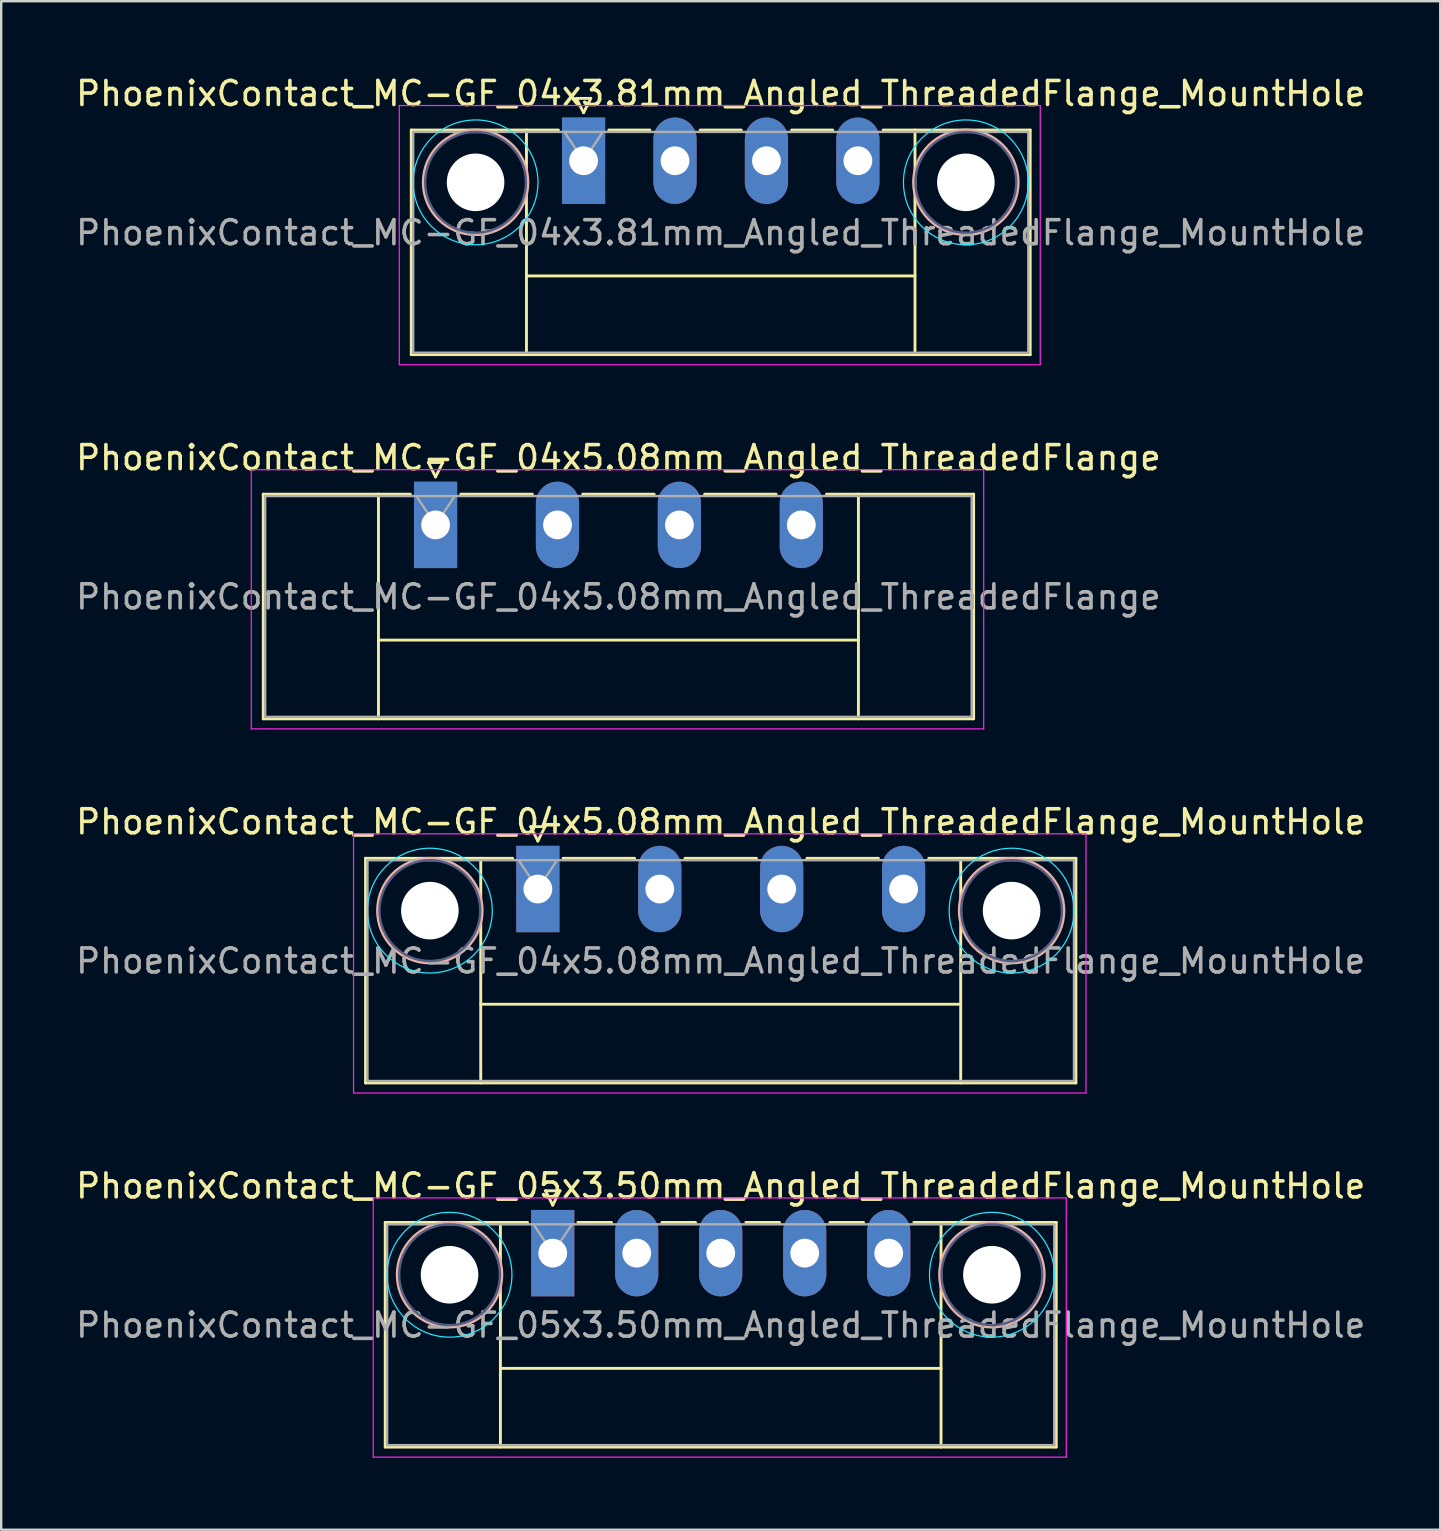
<source format=kicad_pcb>
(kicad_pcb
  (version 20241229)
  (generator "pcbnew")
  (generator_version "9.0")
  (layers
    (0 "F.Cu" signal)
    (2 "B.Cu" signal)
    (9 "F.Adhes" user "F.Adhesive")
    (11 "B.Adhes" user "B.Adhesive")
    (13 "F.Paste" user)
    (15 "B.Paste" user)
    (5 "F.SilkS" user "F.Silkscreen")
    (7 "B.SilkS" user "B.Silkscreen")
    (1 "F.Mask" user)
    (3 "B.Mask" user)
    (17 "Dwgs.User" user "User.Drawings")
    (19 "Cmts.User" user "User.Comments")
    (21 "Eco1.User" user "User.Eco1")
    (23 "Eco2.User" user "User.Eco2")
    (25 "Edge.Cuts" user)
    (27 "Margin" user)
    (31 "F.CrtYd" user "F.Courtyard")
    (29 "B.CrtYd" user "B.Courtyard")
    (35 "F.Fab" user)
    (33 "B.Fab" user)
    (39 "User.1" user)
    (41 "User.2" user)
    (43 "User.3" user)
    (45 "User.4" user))
  (footprint "PhoenixContact_MC-GF_04x5.08mm_Angled_ThreadedFlange"
    (layer "F.Cu")
    (at 15.1 18.822)
    (property "Reference" "PhoenixContact_MC-GF_04x5.08mm_Angled_ThreadedFlange" (at 7.62 -2.8 0) (layer "F.SilkS") (effects (font (size 1 1) (thickness 0.15))))
    (attr through_hole)
    (fp_line (start -7.18 -1.28) (end -7.18 8.08) (stroke (width 0.12) (type solid)) (layer "F.SilkS"))
    (fp_line (start -7.18 -1.28) (end -1.05 -1.28) (stroke (width 0.12) (type solid)) (layer "F.SilkS"))
    (fp_line (start -7.18 8.08) (end 22.42 8.08) (stroke (width 0.12) (type solid)) (layer "F.SilkS"))
    (fp_line (start -2.38 -1.28) (end -2.38 8.08) (stroke (width 0.12) (type solid)) (layer "F.SilkS"))
    (fp_line (start -2.38 4.8) (end 17.62 4.8) (stroke (width 0.12) (type solid)) (layer "F.SilkS"))
    (fp_line (start -0.3 -2.6) (end 0.3 -2.6) (stroke (width 0.12) (type solid)) (layer "F.SilkS"))
    (fp_line (start 0 -2) (end -0.3 -2.6) (stroke (width 0.12) (type solid)) (layer "F.SilkS"))
    (fp_line (start 0.3 -2.6) (end 0 -2) (stroke (width 0.12) (type solid)) (layer "F.SilkS"))
    (fp_line (start 1.05 -1.28) (end 4.03 -1.28) (stroke (width 0.12) (type solid)) (layer "F.SilkS"))
    (fp_line (start 6.13 -1.28) (end 9.11 -1.28) (stroke (width 0.12) (type solid)) (layer "F.SilkS"))
    (fp_line (start 11.21 -1.28) (end 14.19 -1.28) (stroke (width 0.12) (type solid)) (layer "F.SilkS"))
    (fp_line (start 17.62 -1.28) (end 17.62 8.08) (stroke (width 0.12) (type solid)) (layer "F.SilkS"))
    (fp_line (start 22.42 -1.28) (end 16.29 -1.28) (stroke (width 0.12) (type solid)) (layer "F.SilkS"))
    (fp_line (start 22.42 8.08) (end 22.42 -1.28) (stroke (width 0.12) (type solid)) (layer "F.SilkS"))
    (fp_line (start -7.68 -2.3) (end -7.68 8.5) (stroke (width 0.05) (type solid)) (layer "F.CrtYd"))
    (fp_line (start -7.68 8.5) (end 22.84 8.5) (stroke (width 0.05) (type solid)) (layer "F.CrtYd"))
    (fp_line (start 22.84 -2.3) (end -7.68 -2.3) (stroke (width 0.05) (type solid)) (layer "F.CrtYd"))
    (fp_line (start 22.84 8.5) (end 22.84 -2.3) (stroke (width 0.05) (type solid)) (layer "F.CrtYd"))
    (fp_line (start -7.1 -1.2) (end -7.1 8) (stroke (width 0.1) (type solid)) (layer "F.Fab"))
    (fp_line (start -7.1 8) (end 22.34 8) (stroke (width 0.1) (type solid)) (layer "F.Fab"))
    (fp_line (start 0 0) (end -0.8 -1.2) (stroke (width 0.1) (type solid)) (layer "F.Fab"))
    (fp_line (start 0.8 -1.2) (end 0 0) (stroke (width 0.1) (type solid)) (layer "F.Fab"))
    (fp_line (start 22.34 -1.2) (end -7.1 -1.2) (stroke (width 0.1) (type solid)) (layer "F.Fab"))
    (fp_line (start 22.34 8) (end 22.34 -1.2) (stroke (width 0.1) (type solid)) (layer "F.Fab"))
    (fp_text user "${REFERENCE}" (at 7.62 3 0) (layer "F.Fab") (effects (font (size 1 1) (thickness 0.15))))
    (pad "1" thru_hole rect (at 0 0) (size 1.8 3.6) (drill 1.2) (layers "*.Cu" "*.Mask"))
    (pad "2" thru_hole oval (at 5.08 0) (size 1.8 3.6) (drill 1.2) (layers "*.Cu" "*.Mask"))
    (pad "3" thru_hole oval (at 10.16 0) (size 1.8 3.6) (drill 1.2) (layers "*.Cu" "*.Mask"))
    (pad "4" thru_hole oval (at 15.24 0) (size 1.8 3.6) (drill 1.2) (layers "*.Cu" "*.Mask")))
  (footprint "PhoenixContact_MC-GF_04x3.81mm_Angled_ThreadedFlange_MountHole"
    (layer "F.Cu")
    (at 21.267 3.648)
    (property "Reference" "PhoenixContact_MC-GF_04x3.81mm_Angled_ThreadedFlange_MountHole" (at 5.715 -2.8 0) (layer "F.SilkS") (effects (font (size 1 1) (thickness 0.15))))
    (attr through_hole)
    (fp_line (start -7.18 -1.28) (end -7.18 8.08) (stroke (width 0.12) (type solid)) (layer "F.SilkS"))
    (fp_line (start -7.18 -1.28) (end -1.05 -1.28) (stroke (width 0.12) (type solid)) (layer "F.SilkS"))
    (fp_line (start -7.18 8.08) (end 18.61 8.08) (stroke (width 0.12) (type solid)) (layer "F.SilkS"))
    (fp_line (start -2.38 -1.28) (end -2.38 8.08) (stroke (width 0.12) (type solid)) (layer "F.SilkS"))
    (fp_line (start -2.38 4.8) (end 13.81 4.8) (stroke (width 0.12) (type solid)) (layer "F.SilkS"))
    (fp_line (start -0.3 -2.6) (end 0.3 -2.6) (stroke (width 0.12) (type solid)) (layer "F.SilkS"))
    (fp_line (start 0 -2) (end -0.3 -2.6) (stroke (width 0.12) (type solid)) (layer "F.SilkS"))
    (fp_line (start 0.3 -2.6) (end 0 -2) (stroke (width 0.12) (type solid)) (layer "F.SilkS"))
    (fp_line (start 1.05 -1.28) (end 2.76 -1.28) (stroke (width 0.12) (type solid)) (layer "F.SilkS"))
    (fp_line (start 4.86 -1.28) (end 6.57 -1.28) (stroke (width 0.12) (type solid)) (layer "F.SilkS"))
    (fp_line (start 8.67 -1.28) (end 10.38 -1.28) (stroke (width 0.12) (type solid)) (layer "F.SilkS"))
    (fp_line (start 13.81 -1.28) (end 13.81 8.08) (stroke (width 0.12) (type solid)) (layer "F.SilkS"))
    (fp_line (start 18.61 -1.28) (end 12.48 -1.28) (stroke (width 0.12) (type solid)) (layer "F.SilkS"))
    (fp_line (start 18.61 8.08) (end 18.61 -1.28) (stroke (width 0.12) (type solid)) (layer "F.SilkS"))
    (fp_circle (center -4.5 0.9) (end -2.32 0.9) (stroke (width 0.12) (type solid)) (fill no) (layer "B.SilkS"))
    (fp_circle (center 15.93 0.9) (end 18.11 0.9) (stroke (width 0.12) (type solid)) (fill no) (layer "B.SilkS"))
    (fp_circle (center -4.5 0.9) (end -1.9 0.9) (stroke (width 0.05) (type solid)) (fill no) (layer "B.CrtYd"))
    (fp_circle (center 15.93 0.9) (end 18.53 0.9) (stroke (width 0.05) (type solid)) (fill no) (layer "B.CrtYd"))
    (fp_line (start -7.68 -2.3) (end -7.68 8.5) (stroke (width 0.05) (type solid)) (layer "F.CrtYd"))
    (fp_line (start -7.68 8.5) (end 19.03 8.5) (stroke (width 0.05) (type solid)) (layer "F.CrtYd"))
    (fp_line (start 19.03 -2.3) (end -7.68 -2.3) (stroke (width 0.05) (type solid)) (layer "F.CrtYd"))
    (fp_line (start 19.03 8.5) (end 19.03 -2.3) (stroke (width 0.05) (type solid)) (layer "F.CrtYd"))
    (fp_circle (center -4.5 0.9) (end -2.4 0.9) (stroke (width 0.1) (type solid)) (fill no) (layer "B.Fab"))
    (fp_circle (center 15.93 0.9) (end 18.03 0.9) (stroke (width 0.1) (type solid)) (fill no) (layer "B.Fab"))
    (fp_line (start -7.1 -1.2) (end -7.1 8) (stroke (width 0.1) (type solid)) (layer "F.Fab"))
    (fp_line (start -7.1 8) (end 18.53 8) (stroke (width 0.1) (type solid)) (layer "F.Fab"))
    (fp_line (start 0 0) (end -0.8 -1.2) (stroke (width 0.1) (type solid)) (layer "F.Fab"))
    (fp_line (start 0.8 -1.2) (end 0 0) (stroke (width 0.1) (type solid)) (layer "F.Fab"))
    (fp_line (start 18.53 -1.2) (end -7.1 -1.2) (stroke (width 0.1) (type solid)) (layer "F.Fab"))
    (fp_line (start 18.53 8) (end 18.53 -1.2) (stroke (width 0.1) (type solid)) (layer "F.Fab"))
    (fp_text user "${REFERENCE}" (at 5.715 3 0) (layer "F.Fab") (effects (font (size 1 1) (thickness 0.15))))
    (pad "" np_thru_hole circle (at -4.5 0.9) (size 2.4 2.4) (drill 2.4) (layers "*.Cu" "*.Mask"))
    (pad "" np_thru_hole circle (at 15.93 0.9) (size 2.4 2.4) (drill 2.4) (layers "*.Cu" "*.Mask"))
    (pad "1" thru_hole rect (at 0 0) (size 1.8 3.6) (drill 1.2) (layers "*.Cu" "*.Mask"))
    (pad "2" thru_hole oval (at 3.81 0) (size 1.8 3.6) (drill 1.2) (layers "*.Cu" "*.Mask"))
    (pad "3" thru_hole oval (at 7.62 0) (size 1.8 3.6) (drill 1.2) (layers "*.Cu" "*.Mask"))
    (pad "4" thru_hole oval (at 11.43 0) (size 1.8 3.6) (drill 1.2) (layers "*.Cu" "*.Mask")))
  (footprint "PhoenixContact_MC-GF_04x5.08mm_Angled_ThreadedFlange_MountHole"
    (layer "F.Cu")
    (at 19.362 33.995)
    (property "Reference" "PhoenixContact_MC-GF_04x5.08mm_Angled_ThreadedFlange_MountHole" (at 7.62 -2.8 0) (layer "F.SilkS") (effects (font (size 1 1) (thickness 0.15))))
    (attr through_hole)
    (fp_line (start -7.18 -1.28) (end -7.18 8.08) (stroke (width 0.12) (type solid)) (layer "F.SilkS"))
    (fp_line (start -7.18 -1.28) (end -1.05 -1.28) (stroke (width 0.12) (type solid)) (layer "F.SilkS"))
    (fp_line (start -7.18 8.08) (end 22.42 8.08) (stroke (width 0.12) (type solid)) (layer "F.SilkS"))
    (fp_line (start -2.38 -1.28) (end -2.38 8.08) (stroke (width 0.12) (type solid)) (layer "F.SilkS"))
    (fp_line (start -2.38 4.8) (end 17.62 4.8) (stroke (width 0.12) (type solid)) (layer "F.SilkS"))
    (fp_line (start -0.3 -2.6) (end 0.3 -2.6) (stroke (width 0.12) (type solid)) (layer "F.SilkS"))
    (fp_line (start 0 -2) (end -0.3 -2.6) (stroke (width 0.12) (type solid)) (layer "F.SilkS"))
    (fp_line (start 0.3 -2.6) (end 0 -2) (stroke (width 0.12) (type solid)) (layer "F.SilkS"))
    (fp_line (start 1.05 -1.28) (end 4.03 -1.28) (stroke (width 0.12) (type solid)) (layer "F.SilkS"))
    (fp_line (start 6.13 -1.28) (end 9.11 -1.28) (stroke (width 0.12) (type solid)) (layer "F.SilkS"))
    (fp_line (start 11.21 -1.28) (end 14.19 -1.28) (stroke (width 0.12) (type solid)) (layer "F.SilkS"))
    (fp_line (start 17.62 -1.28) (end 17.62 8.08) (stroke (width 0.12) (type solid)) (layer "F.SilkS"))
    (fp_line (start 22.42 -1.28) (end 16.29 -1.28) (stroke (width 0.12) (type solid)) (layer "F.SilkS"))
    (fp_line (start 22.42 8.08) (end 22.42 -1.28) (stroke (width 0.12) (type solid)) (layer "F.SilkS"))
    (fp_circle (center -4.5 0.9) (end -2.32 0.9) (stroke (width 0.12) (type solid)) (fill no) (layer "B.SilkS"))
    (fp_circle (center 19.74 0.9) (end 21.92 0.9) (stroke (width 0.12) (type solid)) (fill no) (layer "B.SilkS"))
    (fp_circle (center -4.5 0.9) (end -1.9 0.9) (stroke (width 0.05) (type solid)) (fill no) (layer "B.CrtYd"))
    (fp_circle (center 19.74 0.9) (end 22.34 0.9) (stroke (width 0.05) (type solid)) (fill no) (layer "B.CrtYd"))
    (fp_line (start -7.68 -2.3) (end -7.68 8.5) (stroke (width 0.05) (type solid)) (layer "F.CrtYd"))
    (fp_line (start -7.68 8.5) (end 22.84 8.5) (stroke (width 0.05) (type solid)) (layer "F.CrtYd"))
    (fp_line (start 22.84 -2.3) (end -7.68 -2.3) (stroke (width 0.05) (type solid)) (layer "F.CrtYd"))
    (fp_line (start 22.84 8.5) (end 22.84 -2.3) (stroke (width 0.05) (type solid)) (layer "F.CrtYd"))
    (fp_circle (center -4.5 0.9) (end -2.4 0.9) (stroke (width 0.1) (type solid)) (fill no) (layer "B.Fab"))
    (fp_circle (center 19.74 0.9) (end 21.84 0.9) (stroke (width 0.1) (type solid)) (fill no) (layer "B.Fab"))
    (fp_line (start -7.1 -1.2) (end -7.1 8) (stroke (width 0.1) (type solid)) (layer "F.Fab"))
    (fp_line (start -7.1 8) (end 22.34 8) (stroke (width 0.1) (type solid)) (layer "F.Fab"))
    (fp_line (start 0 0) (end -0.8 -1.2) (stroke (width 0.1) (type solid)) (layer "F.Fab"))
    (fp_line (start 0.8 -1.2) (end 0 0) (stroke (width 0.1) (type solid)) (layer "F.Fab"))
    (fp_line (start 22.34 -1.2) (end -7.1 -1.2) (stroke (width 0.1) (type solid)) (layer "F.Fab"))
    (fp_line (start 22.34 8) (end 22.34 -1.2) (stroke (width 0.1) (type solid)) (layer "F.Fab"))
    (fp_text user "${REFERENCE}" (at 7.62 3 0) (layer "F.Fab") (effects (font (size 1 1) (thickness 0.15))))
    (pad "" np_thru_hole circle (at -4.5 0.9) (size 2.4 2.4) (drill 2.4) (layers "*.Cu" "*.Mask"))
    (pad "" np_thru_hole circle (at 19.74 0.9) (size 2.4 2.4) (drill 2.4) (layers "*.Cu" "*.Mask"))
    (pad "1" thru_hole rect (at 0 0) (size 1.8 3.6) (drill 1.2) (layers "*.Cu" "*.Mask"))
    (pad "2" thru_hole oval (at 5.08 0) (size 1.8 3.6) (drill 1.2) (layers "*.Cu" "*.Mask"))
    (pad "3" thru_hole oval (at 10.16 0) (size 1.8 3.6) (drill 1.2) (layers "*.Cu" "*.Mask"))
    (pad "4" thru_hole oval (at 15.24 0) (size 1.8 3.6) (drill 1.2) (layers "*.Cu" "*.Mask")))
  (footprint "PhoenixContact_MC-GF_05x3.50mm_Angled_ThreadedFlange_MountHole"
    (layer "F.Cu")
    (at 19.982 49.168)
    (property "Reference" "PhoenixContact_MC-GF_05x3.50mm_Angled_ThreadedFlange_MountHole" (at 7 -2.8 0) (layer "F.SilkS") (effects (font (size 1 1) (thickness 0.15))))
    (attr through_hole)
    (fp_line (start -6.98 -1.28) (end -6.98 8.08) (stroke (width 0.12) (type solid)) (layer "F.SilkS"))
    (fp_line (start -6.98 -1.28) (end -1.05 -1.28) (stroke (width 0.12) (type solid)) (layer "F.SilkS"))
    (fp_line (start -6.98 8.08) (end 20.98 8.08) (stroke (width 0.12) (type solid)) (layer "F.SilkS"))
    (fp_line (start -2.18 -1.28) (end -2.18 8.08) (stroke (width 0.12) (type solid)) (layer "F.SilkS"))
    (fp_line (start -2.18 4.8) (end 16.18 4.8) (stroke (width 0.12) (type solid)) (layer "F.SilkS"))
    (fp_line (start -0.3 -2.6) (end 0.3 -2.6) (stroke (width 0.12) (type solid)) (layer "F.SilkS"))
    (fp_line (start 0 -2) (end -0.3 -2.6) (stroke (width 0.12) (type solid)) (layer "F.SilkS"))
    (fp_line (start 0.3 -2.6) (end 0 -2) (stroke (width 0.12) (type solid)) (layer "F.SilkS"))
    (fp_line (start 1.05 -1.28) (end 2.45 -1.28) (stroke (width 0.12) (type solid)) (layer "F.SilkS"))
    (fp_line (start 4.55 -1.28) (end 5.95 -1.28) (stroke (width 0.12) (type solid)) (layer "F.SilkS"))
    (fp_line (start 8.05 -1.28) (end 9.45 -1.28) (stroke (width 0.12) (type solid)) (layer "F.SilkS"))
    (fp_line (start 11.55 -1.28) (end 12.95 -1.28) (stroke (width 0.12) (type solid)) (layer "F.SilkS"))
    (fp_line (start 16.18 -1.28) (end 16.18 8.08) (stroke (width 0.12) (type solid)) (layer "F.SilkS"))
    (fp_line (start 20.98 -1.28) (end 15.05 -1.28) (stroke (width 0.12) (type solid)) (layer "F.SilkS"))
    (fp_line (start 20.98 8.08) (end 20.98 -1.28) (stroke (width 0.12) (type solid)) (layer "F.SilkS"))
    (fp_circle (center -4.3 0.9) (end -2.12 0.9) (stroke (width 0.12) (type solid)) (fill no) (layer "B.SilkS"))
    (fp_circle (center 18.3 0.9) (end 20.48 0.9) (stroke (width 0.12) (type solid)) (fill no) (layer "B.SilkS"))
    (fp_circle (center -4.3 0.9) (end -1.7 0.9) (stroke (width 0.05) (type solid)) (fill no) (layer "B.CrtYd"))
    (fp_circle (center 18.3 0.9) (end 20.9 0.9) (stroke (width 0.05) (type solid)) (fill no) (layer "B.CrtYd"))
    (fp_line (start -7.48 -2.3) (end -7.48 8.5) (stroke (width 0.05) (type solid)) (layer "F.CrtYd"))
    (fp_line (start -7.48 8.5) (end 21.4 8.5) (stroke (width 0.05) (type solid)) (layer "F.CrtYd"))
    (fp_line (start 21.4 -2.3) (end -7.48 -2.3) (stroke (width 0.05) (type solid)) (layer "F.CrtYd"))
    (fp_line (start 21.4 8.5) (end 21.4 -2.3) (stroke (width 0.05) (type solid)) (layer "F.CrtYd"))
    (fp_circle (center -4.3 0.9) (end -2.2 0.9) (stroke (width 0.1) (type solid)) (fill no) (layer "B.Fab"))
    (fp_circle (center 18.3 0.9) (end 20.4 0.9) (stroke (width 0.1) (type solid)) (fill no) (layer "B.Fab"))
    (fp_line (start -6.9 -1.2) (end -6.9 8) (stroke (width 0.1) (type solid)) (layer "F.Fab"))
    (fp_line (start -6.9 8) (end 20.9 8) (stroke (width 0.1) (type solid)) (layer "F.Fab"))
    (fp_line (start 0 0) (end -0.8 -1.2) (stroke (width 0.1) (type solid)) (layer "F.Fab"))
    (fp_line (start 0.8 -1.2) (end 0 0) (stroke (width 0.1) (type solid)) (layer "F.Fab"))
    (fp_line (start 20.9 -1.2) (end -6.9 -1.2) (stroke (width 0.1) (type solid)) (layer "F.Fab"))
    (fp_line (start 20.9 8) (end 20.9 -1.2) (stroke (width 0.1) (type solid)) (layer "F.Fab"))
    (fp_text user "${REFERENCE}" (at 7 3 0) (layer "F.Fab") (effects (font (size 1 1) (thickness 0.15))))
    (pad "" np_thru_hole circle (at -4.3 0.9) (size 2.4 2.4) (drill 2.4) (layers "*.Cu" "*.Mask"))
    (pad "" np_thru_hole circle (at 18.3 0.9) (size 2.4 2.4) (drill 2.4) (layers "*.Cu" "*.Mask"))
    (pad "1" thru_hole rect (at 0 0) (size 1.8 3.6) (drill 1.2) (layers "*.Cu" "*.Mask"))
    (pad "2" thru_hole oval (at 3.5 0) (size 1.8 3.6) (drill 1.2) (layers "*.Cu" "*.Mask"))
    (pad "3" thru_hole oval (at 7 0) (size 1.8 3.6) (drill 1.2) (layers "*.Cu" "*.Mask"))
    (pad "4" thru_hole oval (at 10.5 0) (size 1.8 3.6) (drill 1.2) (layers "*.Cu" "*.Mask"))
    (pad "5" thru_hole oval (at 14 0) (size 1.8 3.6) (drill 1.2) (layers "*.Cu" "*.Mask")))
  (gr_rect
    (start -3 -3)
    (end 56.964 60.693)
    (stroke (width 0.1) (type default))
    (fill no)
    (layer "Edge.Cuts")))
</source>
